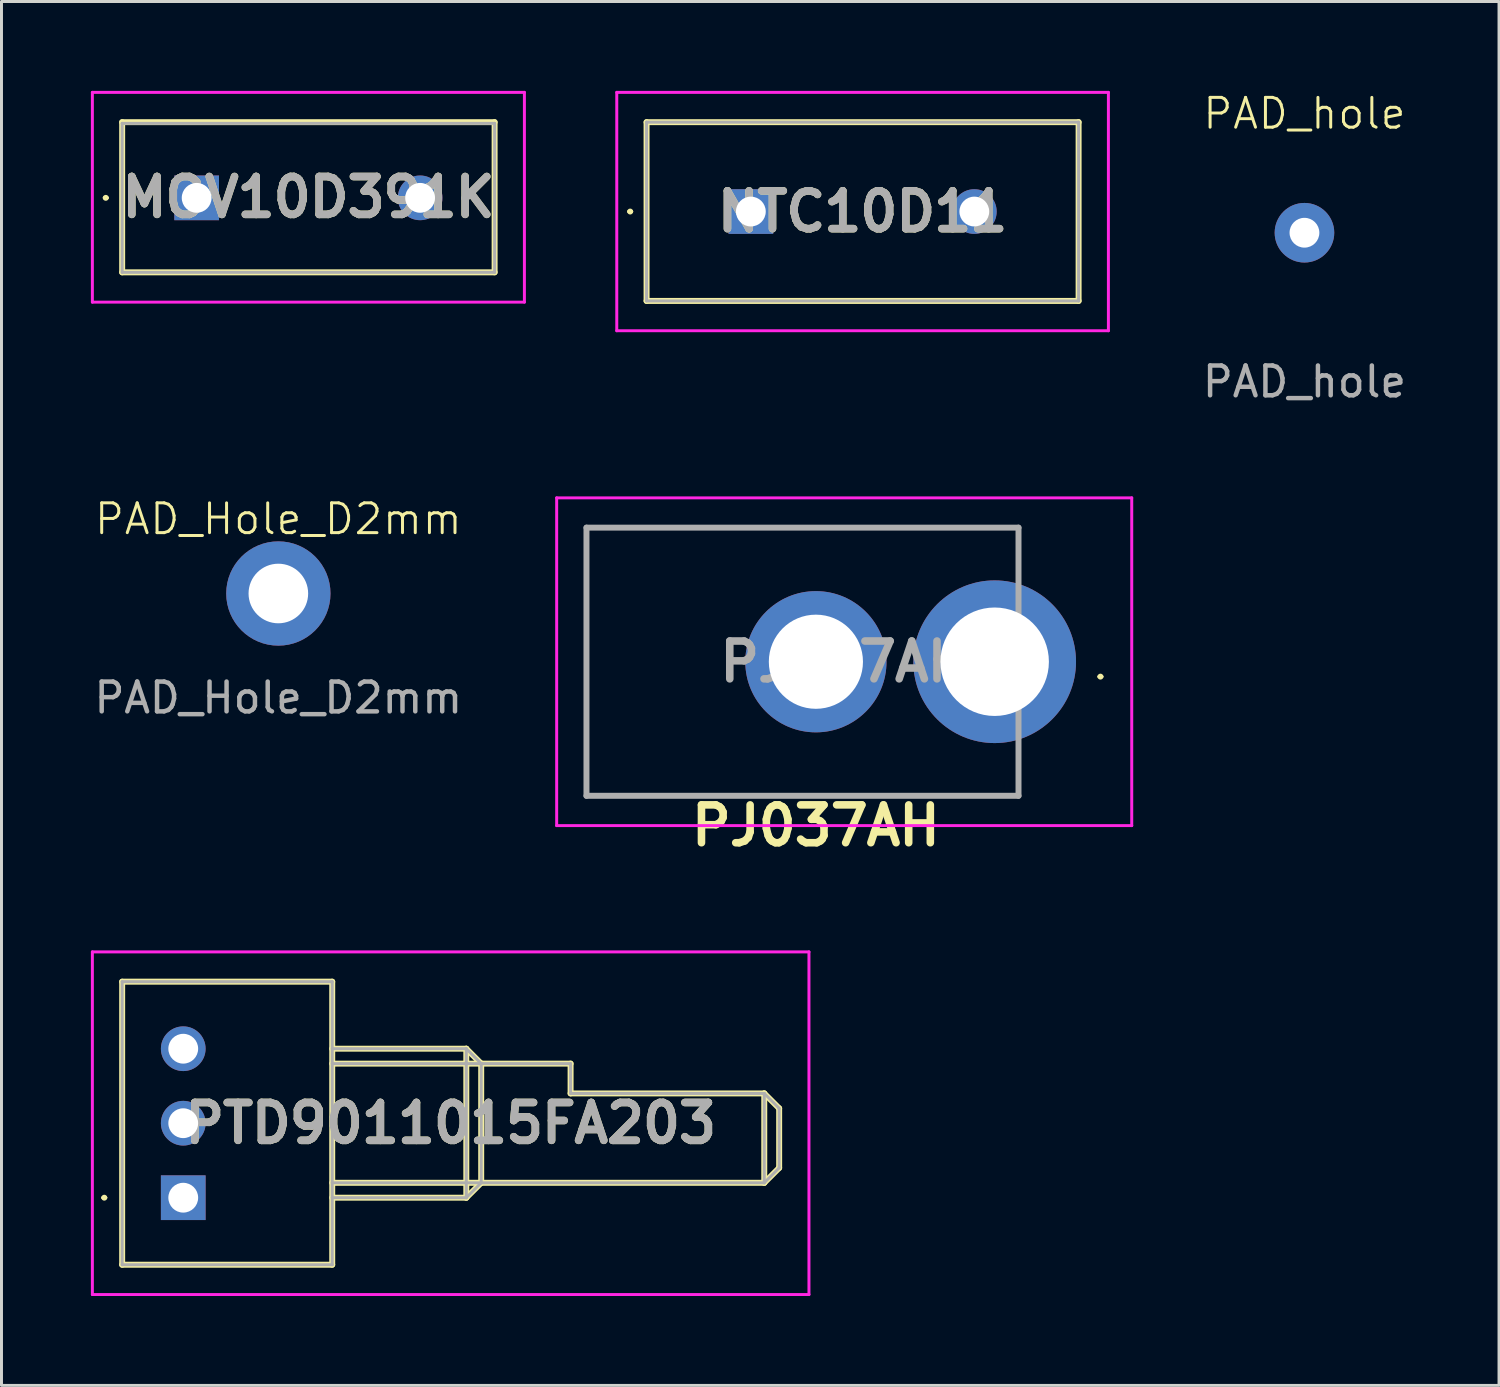
<source format=kicad_pcb>
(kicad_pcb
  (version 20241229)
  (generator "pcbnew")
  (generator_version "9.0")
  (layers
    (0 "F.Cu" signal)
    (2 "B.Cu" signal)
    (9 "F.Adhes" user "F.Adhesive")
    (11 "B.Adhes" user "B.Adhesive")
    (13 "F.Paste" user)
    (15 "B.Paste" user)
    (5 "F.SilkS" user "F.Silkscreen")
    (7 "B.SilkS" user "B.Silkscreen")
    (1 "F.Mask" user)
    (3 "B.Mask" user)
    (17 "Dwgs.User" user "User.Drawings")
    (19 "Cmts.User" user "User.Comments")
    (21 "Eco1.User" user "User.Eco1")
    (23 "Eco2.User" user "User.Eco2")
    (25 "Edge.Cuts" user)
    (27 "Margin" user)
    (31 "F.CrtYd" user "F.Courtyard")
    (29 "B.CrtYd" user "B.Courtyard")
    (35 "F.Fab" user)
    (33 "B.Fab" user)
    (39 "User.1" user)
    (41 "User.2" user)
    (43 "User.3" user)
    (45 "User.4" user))
  (footprint "PTD9011015FA203"
    (layer "F.Cu")
    (at 3.1 37.147)
    (property "Reference" "PTD9011015FA203" (at 8.975 -2.5 0) (layer "F.SilkS") (effects (font (size 1.27 1.27) (thickness 0.254))))
    (attr through_hole)
    (fp_line (start -2.7 0) (end -2.7 0) (stroke (width 0.1) (type solid)) (layer "F.SilkS"))
    (fp_line (start -2.6 0) (end -2.6 0) (stroke (width 0.1) (type solid)) (layer "F.SilkS"))
    (fp_line (start -2.05 -7.25) (end 5 -7.25) (stroke (width 0.2) (type solid)) (layer "F.SilkS"))
    (fp_line (start -2.05 2.25) (end -2.05 -7.25) (stroke (width 0.2) (type solid)) (layer "F.SilkS"))
    (fp_line (start 5 -7.25) (end 5 2.25) (stroke (width 0.2) (type solid)) (layer "F.SilkS"))
    (fp_line (start 5 -5) (end 9.5 -5) (stroke (width 0.2) (type solid)) (layer "F.SilkS"))
    (fp_line (start 5 -4.5) (end 13 -4.5) (stroke (width 0.2) (type solid)) (layer "F.SilkS"))
    (fp_line (start 5 2.25) (end -2.05 2.25) (stroke (width 0.2) (type solid)) (layer "F.SilkS"))
    (fp_line (start 9.5 -5) (end 9.5 0) (stroke (width 0.2) (type solid)) (layer "F.SilkS"))
    (fp_line (start 9.5 -5) (end 10 -4.5) (stroke (width 0.2) (type solid)) (layer "F.SilkS"))
    (fp_line (start 9.5 0) (end 5 0) (stroke (width 0.2) (type solid)) (layer "F.SilkS"))
    (fp_line (start 10 -4.5) (end 10 -0.5) (stroke (width 0.2) (type solid)) (layer "F.SilkS"))
    (fp_line (start 10 -0.5) (end 9.5 0) (stroke (width 0.2) (type solid)) (layer "F.SilkS"))
    (fp_line (start 13 -4.5) (end 13 -3.5) (stroke (width 0.2) (type solid)) (layer "F.SilkS"))
    (fp_line (start 13 -3.5) (end 19.5 -3.5) (stroke (width 0.2) (type solid)) (layer "F.SilkS"))
    (fp_line (start 19.5 -3.5) (end 19.5 -0.5) (stroke (width 0.2) (type solid)) (layer "F.SilkS"))
    (fp_line (start 19.5 -3.5) (end 20 -3) (stroke (width 0.2) (type solid)) (layer "F.SilkS"))
    (fp_line (start 19.5 -0.5) (end 5 -0.5) (stroke (width 0.2) (type solid)) (layer "F.SilkS"))
    (fp_line (start 20 -3) (end 20 -1) (stroke (width 0.2) (type solid)) (layer "F.SilkS"))
    (fp_line (start 20 -1) (end 19.5 -0.5) (stroke (width 0.2) (type solid)) (layer "F.SilkS"))
    (fp_arc (start -2.7 0) (mid -2.65 -0.05) (end -2.6 0) (stroke (width 0.1) (type solid)) (layer "F.SilkS"))
    (fp_arc (start -2.6 0) (mid -2.65 0.05) (end -2.7 0) (stroke (width 0.1) (type solid)) (layer "F.SilkS"))
    (fp_line (start -3.05 -8.25) (end 21 -8.25) (stroke (width 0.1) (type solid)) (layer "F.CrtYd"))
    (fp_line (start -3.05 3.25) (end -3.05 -8.25) (stroke (width 0.1) (type solid)) (layer "F.CrtYd"))
    (fp_line (start 21 -8.25) (end 21 3.25) (stroke (width 0.1) (type solid)) (layer "F.CrtYd"))
    (fp_line (start 21 3.25) (end -3.05 3.25) (stroke (width 0.1) (type solid)) (layer "F.CrtYd"))
    (fp_line (start -2.05 -7.25) (end 5 -7.25) (stroke (width 0.1) (type solid)) (layer "F.Fab"))
    (fp_line (start -2.05 2.25) (end -2.05 -7.25) (stroke (width 0.1) (type solid)) (layer "F.Fab"))
    (fp_line (start 5 -7.25) (end 5 2.25) (stroke (width 0.1) (type solid)) (layer "F.Fab"))
    (fp_line (start 5 -5) (end 9.5 -5) (stroke (width 0.1) (type solid)) (layer "F.Fab"))
    (fp_line (start 5 -4.5) (end 13 -4.5) (stroke (width 0.1) (type solid)) (layer "F.Fab"))
    (fp_line (start 5 2.25) (end -2.05 2.25) (stroke (width 0.1) (type solid)) (layer "F.Fab"))
    (fp_line (start 9.5 -5) (end 9.5 0) (stroke (width 0.1) (type solid)) (layer "F.Fab"))
    (fp_line (start 9.5 -5) (end 10 -4.5) (stroke (width 0.1) (type solid)) (layer "F.Fab"))
    (fp_line (start 9.5 0) (end 5 0) (stroke (width 0.1) (type solid)) (layer "F.Fab"))
    (fp_line (start 10 -4.5) (end 10 -0.5) (stroke (width 0.1) (type solid)) (layer "F.Fab"))
    (fp_line (start 10 -0.5) (end 9.5 0) (stroke (width 0.1) (type solid)) (layer "F.Fab"))
    (fp_line (start 13 -4.5) (end 13 -3.5) (stroke (width 0.1) (type solid)) (layer "F.Fab"))
    (fp_line (start 13 -3.5) (end 19.5 -3.5) (stroke (width 0.1) (type solid)) (layer "F.Fab"))
    (fp_line (start 19.5 -3.5) (end 19.5 -0.5) (stroke (width 0.1) (type solid)) (layer "F.Fab"))
    (fp_line (start 19.5 -3.5) (end 20 -3) (stroke (width 0.1) (type solid)) (layer "F.Fab"))
    (fp_line (start 19.5 -0.5) (end 5 -0.5) (stroke (width 0.1) (type solid)) (layer "F.Fab"))
    (fp_line (start 20 -3) (end 20 -1) (stroke (width 0.1) (type solid)) (layer "F.Fab"))
    (fp_line (start 20 -1) (end 19.5 -0.5) (stroke (width 0.1) (type solid)) (layer "F.Fab"))
    (fp_text user "${REFERENCE}" (at 8.975 -2.5 0) (layer "F.Fab") (effects (font (size 1.27 1.27) (thickness 0.254))))
    (pad "1" thru_hole rect (at 0 0) (size 1.5 1.5) (drill 1) (layers "*.Cu" "*.Mask"))
    (pad "2" thru_hole circle (at 0 -2.5) (size 1.5 1.5) (drill 1) (layers "*.Cu" "*.Mask"))
    (pad "3" thru_hole circle (at 0 -5) (size 1.5 1.5) (drill 1) (layers "*.Cu" "*.Mask")))
  (footprint "PJ037AH"
    (layer "F.Cu")
    (at 30.333 19.159)
    (property "Reference" "PJ037AH" (at -6 5.5 0) (layer "F.SilkS") (effects (font (size 1.27 1.27) (thickness 0.254))))
    (attr through_hole)
    (fp_line (start -13.7 -4.5) (end 0 -4.5) (stroke (width 0.1) (type solid)) (layer "F.SilkS"))
    (fp_line (start -13.7 4.5) (end -13.7 -4.5) (stroke (width 0.1) (type solid)) (layer "F.SilkS"))
    (fp_line (start 0 4.5) (end -13.7 4.5) (stroke (width 0.1) (type solid)) (layer "F.SilkS"))
    (fp_line (start 3.5 0.5) (end 3.5 0.5) (stroke (width 0.1) (type solid)) (layer "F.SilkS"))
    (fp_line (start 3.6 0.5) (end 3.6 0.5) (stroke (width 0.1) (type solid)) (layer "F.SilkS"))
    (fp_arc (start 3.5 0.5) (mid 3.55 0.45) (end 3.6 0.5) (stroke (width 0.1) (type solid)) (layer "F.SilkS"))
    (fp_arc (start 3.6 0.5) (mid 3.55 0.55) (end 3.5 0.5) (stroke (width 0.1) (type solid)) (layer "F.SilkS"))
    (fp_line (start -14.7 -5.5) (end 4.6 -5.5) (stroke (width 0.1) (type solid)) (layer "F.CrtYd"))
    (fp_line (start -14.7 5.5) (end -14.7 -5.5) (stroke (width 0.1) (type solid)) (layer "F.CrtYd"))
    (fp_line (start 4.6 -5.5) (end 4.6 5.5) (stroke (width 0.1) (type solid)) (layer "F.CrtYd"))
    (fp_line (start 4.6 5.5) (end -14.7 5.5) (stroke (width 0.1) (type solid)) (layer "F.CrtYd"))
    (fp_line (start -13.7 -4.5) (end 0.8 -4.5) (stroke (width 0.2) (type solid)) (layer "F.Fab"))
    (fp_line (start -13.7 4.5) (end -13.7 -4.5) (stroke (width 0.2) (type solid)) (layer "F.Fab"))
    (fp_line (start 0.8 -4.5) (end 0.8 4.5) (stroke (width 0.2) (type solid)) (layer "F.Fab"))
    (fp_line (start 0.8 4.5) (end -13.7 4.5) (stroke (width 0.2) (type solid)) (layer "F.Fab"))
    (fp_text user "${REFERENCE}" (at -5.05 0 0) (layer "F.Fab") (effects (font (size 1.27 1.27) (thickness 0.254))))
    (pad "1" thru_hole circle (at 0 0) (size 5.46 5.46) (drill 3.64) (layers "*.Cu" "*.Mask"))
    (pad "2" thru_hole circle (at -6 0) (size 4.74 4.74) (drill 3.16) (layers "*.Cu" "*.Mask")))
  (footprint "NTC10D11"
    (layer "F.Cu")
    (at 22.15 4.05)
    (property "Reference" "NTC10D11" (at 3.75 0 0) (layer "F.SilkS") (effects (font (size 1.27 1.27) (thickness 0.254))))
    (attr through_hole)
    (fp_line (start -4.1 0) (end -4.1 0) (stroke (width 0.1) (type solid)) (layer "F.SilkS"))
    (fp_line (start -4 0) (end -4 0) (stroke (width 0.1) (type solid)) (layer "F.SilkS"))
    (fp_line (start -3.5 -3) (end 11 -3) (stroke (width 0.2) (type solid)) (layer "F.SilkS"))
    (fp_line (start -3.5 3) (end -3.5 -3) (stroke (width 0.2) (type solid)) (layer "F.SilkS"))
    (fp_line (start 11 -3) (end 11 3) (stroke (width 0.2) (type solid)) (layer "F.SilkS"))
    (fp_line (start 11 3) (end -3.5 3) (stroke (width 0.2) (type solid)) (layer "F.SilkS"))
    (fp_arc (start -4.1 0) (mid -4.05 -0.05) (end -4 0) (stroke (width 0.1) (type solid)) (layer "F.SilkS"))
    (fp_arc (start -4 0) (mid -4.05 0.05) (end -4.1 0) (stroke (width 0.1) (type solid)) (layer "F.SilkS"))
    (fp_line (start -4.5 -4) (end 12 -4) (stroke (width 0.1) (type solid)) (layer "F.CrtYd"))
    (fp_line (start -4.5 4) (end -4.5 -4) (stroke (width 0.1) (type solid)) (layer "F.CrtYd"))
    (fp_line (start 12 -4) (end 12 4) (stroke (width 0.1) (type solid)) (layer "F.CrtYd"))
    (fp_line (start 12 4) (end -4.5 4) (stroke (width 0.1) (type solid)) (layer "F.CrtYd"))
    (fp_line (start -3.5 -3) (end 11 -3) (stroke (width 0.1) (type solid)) (layer "F.Fab"))
    (fp_line (start -3.5 3) (end -3.5 -3) (stroke (width 0.1) (type solid)) (layer "F.Fab"))
    (fp_line (start 11 -3) (end 11 3) (stroke (width 0.1) (type solid)) (layer "F.Fab"))
    (fp_line (start 11 3) (end -3.5 3) (stroke (width 0.1) (type solid)) (layer "F.Fab"))
    (fp_text user "${REFERENCE}" (at 3.75 0 0) (layer "F.Fab") (effects (font (size 1.27 1.27) (thickness 0.254))))
    (pad "1" thru_hole rect (at 0 0) (size 1.5 1.5) (drill 1) (layers "*.Cu" "*.Mask"))
    (pad "2" thru_hole circle (at 7.5 0) (size 1.5 1.5) (drill 1) (layers "*.Cu" "*.Mask")))
  (footprint "MOV10D391K"
    (layer "F.Cu")
    (at 3.55 3.59)
    (property "Reference" "MOV10D391K" (at 3.75 -0.02 0) (layer "F.SilkS") (effects (font (size 1.27 1.27) (thickness 0.254))))
    (attr through_hole)
    (fp_line (start -3.1 0) (end -3.1 0) (stroke (width 0.1) (type solid)) (layer "F.SilkS"))
    (fp_line (start -3 0) (end -3 0) (stroke (width 0.1) (type solid)) (layer "F.SilkS"))
    (fp_line (start -2.5 -2.54) (end 10 -2.54) (stroke (width 0.2) (type solid)) (layer "F.SilkS"))
    (fp_line (start -2.5 2.5) (end -2.5 -2.54) (stroke (width 0.2) (type solid)) (layer "F.SilkS"))
    (fp_line (start 10 -2.54) (end 10 2.5) (stroke (width 0.2) (type solid)) (layer "F.SilkS"))
    (fp_line (start 10 2.5) (end -2.5 2.5) (stroke (width 0.2) (type solid)) (layer "F.SilkS"))
    (fp_arc (start -3.1 0) (mid -3.05 -0.05) (end -3 0) (stroke (width 0.1) (type solid)) (layer "F.SilkS"))
    (fp_arc (start -3 0) (mid -3.05 0.05) (end -3.1 0) (stroke (width 0.1) (type solid)) (layer "F.SilkS"))
    (fp_line (start -3.5 -3.54) (end 11 -3.54) (stroke (width 0.1) (type solid)) (layer "F.CrtYd"))
    (fp_line (start -3.5 3.5) (end -3.5 -3.54) (stroke (width 0.1) (type solid)) (layer "F.CrtYd"))
    (fp_line (start 11 -3.54) (end 11 3.5) (stroke (width 0.1) (type solid)) (layer "F.CrtYd"))
    (fp_line (start 11 3.5) (end -3.5 3.5) (stroke (width 0.1) (type solid)) (layer "F.CrtYd"))
    (fp_line (start -2.5 -2.5) (end 10 -2.5) (stroke (width 0.1) (type solid)) (layer "F.Fab"))
    (fp_line (start -2.5 2.5) (end -2.5 -2.5) (stroke (width 0.1) (type solid)) (layer "F.Fab"))
    (fp_line (start 10 -2.5) (end 10 2.5) (stroke (width 0.1) (type solid)) (layer "F.Fab"))
    (fp_line (start 10 2.5) (end -2.5 2.5) (stroke (width 0.1) (type solid)) (layer "F.Fab"))
    (fp_text user "${REFERENCE}" (at 3.75 -0.02 0) (layer "F.Fab") (effects (font (size 1.27 1.27) (thickness 0.254))))
    (pad "1" thru_hole rect (at 0 0) (size 1.5 1.5) (drill 1) (layers "*.Cu" "*.Mask"))
    (pad "2" thru_hole circle (at 7.5 0) (size 1.5 1.5) (drill 1) (layers "*.Cu" "*.Mask")))
  (footprint "PAD_hole"
    (layer "F.Cu")
    (at 40.73 4.761)
    (property "Reference" "PAD_hole" (at 0 -4 0) (unlocked yes) (layer "F.SilkS") (effects (font (size 1 1) (thickness 0.1))))
    (attr through_hole)
    (fp_text user "${REFERENCE}" (at 0 5 0) (unlocked yes) (layer "F.Fab") (effects (font (size 1 1) (thickness 0.15))))
    (pad "1" thru_hole circle (at 0 0) (size 2 2) (drill 1) (layers "*.Cu" "*.Mask")))
  (footprint "PAD_Hole_D2mm"
    (layer "F.Cu")
    (at 6.292 16.869)
    (property "Reference" "PAD_Hole_D2mm" (at 0 -2.5 0) (unlocked yes) (layer "F.SilkS") (effects (font (size 1 1) (thickness 0.1))))
    (attr through_hole)
    (fp_text user "${REFERENCE}" (at 0 3.5 0) (unlocked yes) (layer "F.Fab") (effects (font (size 1 1) (thickness 0.15))))
    (pad "1" thru_hole circle (at 0 0) (size 3.5 3.5) (drill 2) (layers "*.Cu" "*.Mask")))
  (gr_rect
    (start -3 -3)
    (end 47.26 43.447)
    (stroke (width 0.1) (type default))
    (fill no)
    (layer "Edge.Cuts")))
</source>
